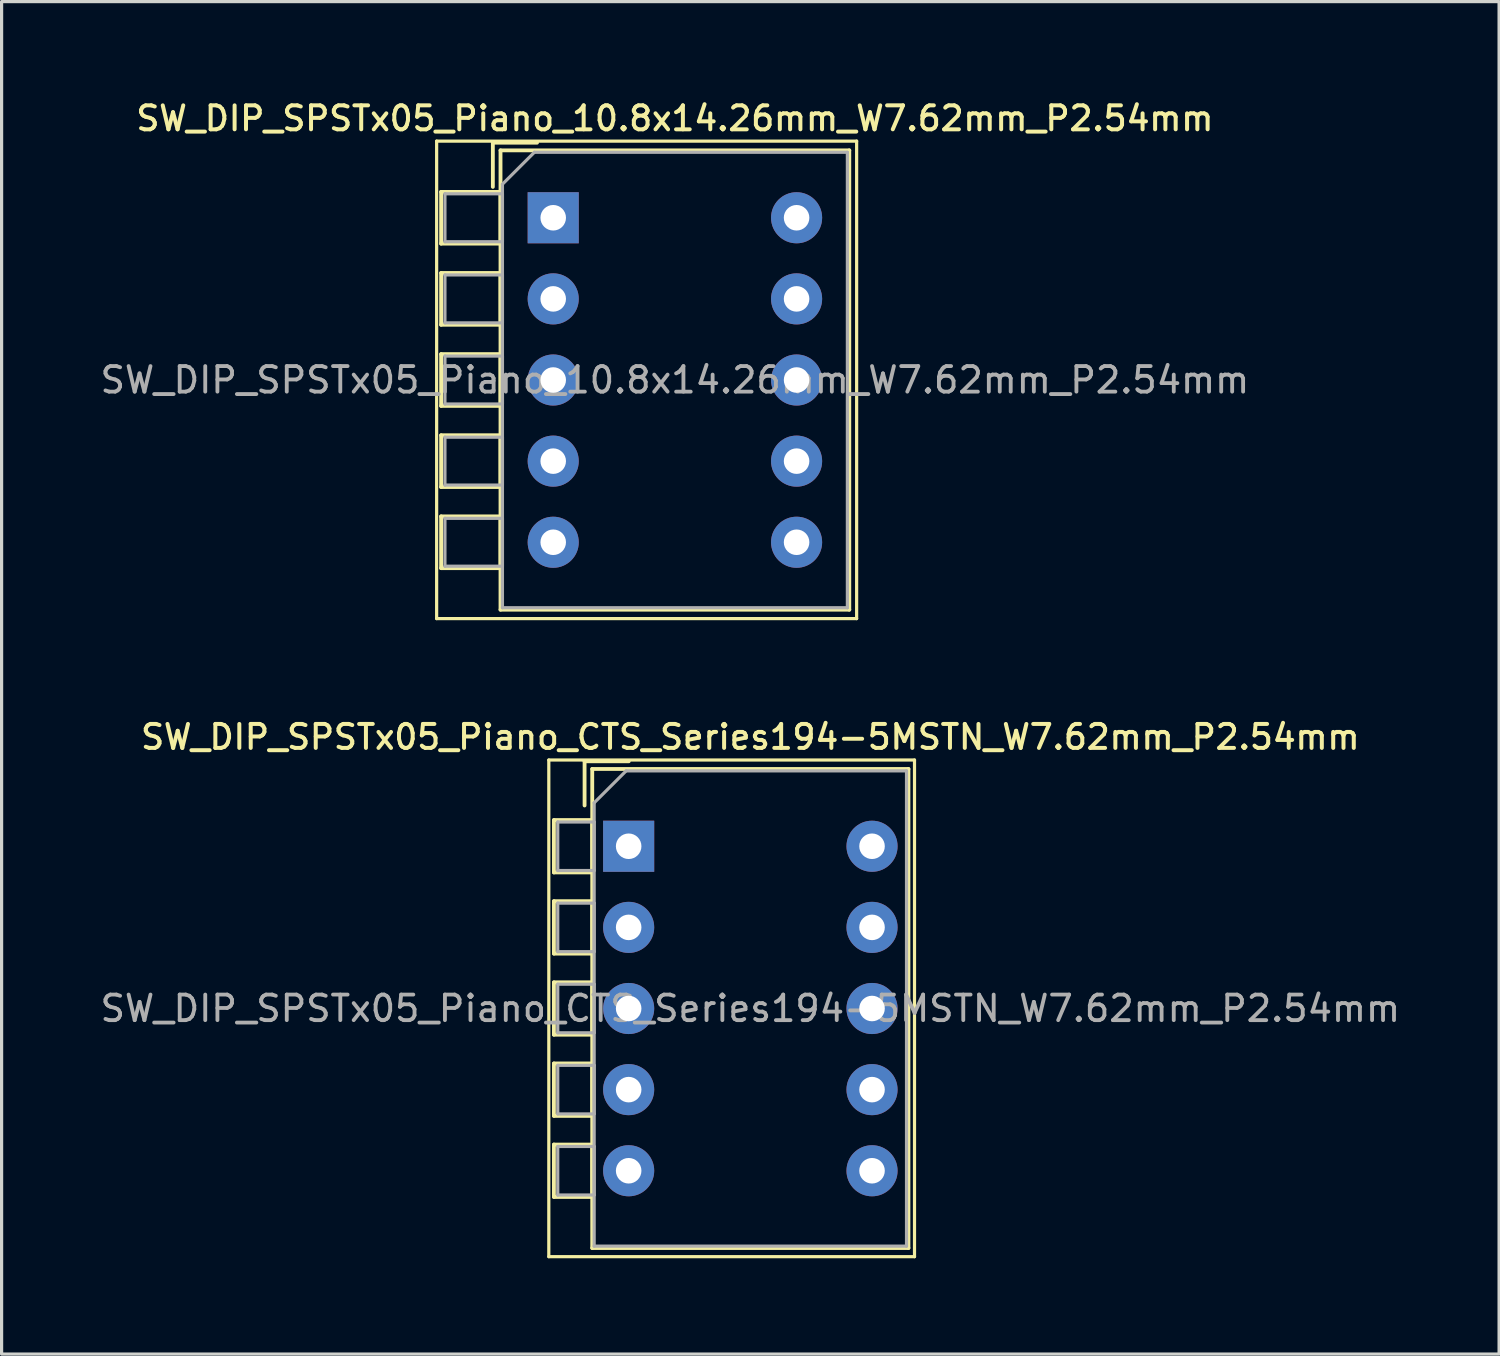
<source format=kicad_pcb>
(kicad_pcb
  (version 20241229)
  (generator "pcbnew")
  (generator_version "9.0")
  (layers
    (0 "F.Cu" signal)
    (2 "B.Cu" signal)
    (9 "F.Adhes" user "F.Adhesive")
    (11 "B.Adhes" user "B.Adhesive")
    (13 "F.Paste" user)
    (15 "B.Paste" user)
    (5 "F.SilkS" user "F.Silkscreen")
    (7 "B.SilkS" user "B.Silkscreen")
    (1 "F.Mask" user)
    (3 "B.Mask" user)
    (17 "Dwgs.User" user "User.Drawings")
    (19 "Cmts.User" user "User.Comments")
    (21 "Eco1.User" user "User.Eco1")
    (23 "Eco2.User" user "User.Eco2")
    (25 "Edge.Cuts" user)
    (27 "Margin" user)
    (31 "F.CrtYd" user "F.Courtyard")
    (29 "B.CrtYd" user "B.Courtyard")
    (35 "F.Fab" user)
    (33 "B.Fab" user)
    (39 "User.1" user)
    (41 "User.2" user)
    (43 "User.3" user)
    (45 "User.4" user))
  (footprint "SW_DIP_SPSTx05_Piano_10.8x14.26mm_W7.62mm_P2.54mm"
    (layer "F.Cu")
    (at 14.271 3.768)
    (property "Reference" "SW_DIP_SPSTx05_Piano_10.8x14.26mm_W7.62mm_P2.54mm" (at 3.81 -3.11 0) (layer "F.SilkS") (effects (font (size 0.75 0.75) (thickness 0.125))))
    (attr through_hole)
    (fp_line (start -3.65 -2.4) (end -3.65 12.55) (stroke (width 0.1) (type solid)) (layer "F.SilkS"))
    (fp_line (start -3.65 12.55) (end 9.5 12.55) (stroke (width 0.1) (type solid)) (layer "F.SilkS"))
    (fp_line (start -3.51 -0.81) (end -3.51 0.81) (stroke (width 0.12) (type solid)) (layer "F.SilkS"))
    (fp_line (start -3.51 -0.81) (end -1.65 -0.81) (stroke (width 0.12) (type solid)) (layer "F.SilkS"))
    (fp_line (start -3.51 0.81) (end -1.65 0.81) (stroke (width 0.12) (type solid)) (layer "F.SilkS"))
    (fp_line (start -3.51 1.73) (end -3.51 3.35) (stroke (width 0.12) (type solid)) (layer "F.SilkS"))
    (fp_line (start -3.51 1.73) (end -1.65 1.73) (stroke (width 0.12) (type solid)) (layer "F.SilkS"))
    (fp_line (start -3.51 3.35) (end -1.65 3.35) (stroke (width 0.12) (type solid)) (layer "F.SilkS"))
    (fp_line (start -3.51 4.27) (end -3.51 5.89) (stroke (width 0.12) (type solid)) (layer "F.SilkS"))
    (fp_line (start -3.51 4.27) (end -1.65 4.27) (stroke (width 0.12) (type solid)) (layer "F.SilkS"))
    (fp_line (start -3.51 5.89) (end -1.65 5.89) (stroke (width 0.12) (type solid)) (layer "F.SilkS"))
    (fp_line (start -3.51 6.81) (end -3.51 8.43) (stroke (width 0.12) (type solid)) (layer "F.SilkS"))
    (fp_line (start -3.51 6.81) (end -1.65 6.81) (stroke (width 0.12) (type solid)) (layer "F.SilkS"))
    (fp_line (start -3.51 8.43) (end -1.65 8.43) (stroke (width 0.12) (type solid)) (layer "F.SilkS"))
    (fp_line (start -3.51 9.35) (end -3.51 10.97) (stroke (width 0.12) (type solid)) (layer "F.SilkS"))
    (fp_line (start -3.51 9.35) (end -1.65 9.35) (stroke (width 0.12) (type solid)) (layer "F.SilkS"))
    (fp_line (start -3.51 10.97) (end -1.65 10.97) (stroke (width 0.12) (type solid)) (layer "F.SilkS"))
    (fp_line (start -1.89 -2.35) (end -1.89 -0.967) (stroke (width 0.12) (type solid)) (layer "F.SilkS"))
    (fp_line (start -1.89 -2.35) (end -0.507 -2.35) (stroke (width 0.12) (type solid)) (layer "F.SilkS"))
    (fp_line (start -1.65 -2.11) (end -1.65 12.271) (stroke (width 0.12) (type solid)) (layer "F.SilkS"))
    (fp_line (start -1.65 -2.11) (end 9.27 -2.11) (stroke (width 0.12) (type solid)) (layer "F.SilkS"))
    (fp_line (start -1.65 -0.81) (end -1.65 0.81) (stroke (width 0.12) (type solid)) (layer "F.SilkS"))
    (fp_line (start -1.65 1.73) (end -1.65 3.35) (stroke (width 0.12) (type solid)) (layer "F.SilkS"))
    (fp_line (start -1.65 4.27) (end -1.65 5.89) (stroke (width 0.12) (type solid)) (layer "F.SilkS"))
    (fp_line (start -1.65 6.81) (end -1.65 8.43) (stroke (width 0.12) (type solid)) (layer "F.SilkS"))
    (fp_line (start -1.65 9.35) (end -1.65 10.97) (stroke (width 0.12) (type solid)) (layer "F.SilkS"))
    (fp_line (start -1.65 12.271) (end 9.27 12.271) (stroke (width 0.12) (type solid)) (layer "F.SilkS"))
    (fp_line (start 9.27 -2.11) (end 9.27 12.271) (stroke (width 0.12) (type solid)) (layer "F.SilkS"))
    (fp_line (start 9.5 -2.4) (end -3.65 -2.4) (stroke (width 0.1) (type solid)) (layer "F.SilkS"))
    (fp_line (start 9.5 12.55) (end 9.5 -2.4) (stroke (width 0.1) (type solid)) (layer "F.SilkS"))
    (fp_line (start -3.39 -0.75) (end -1.59 -0.75) (stroke (width 0.1) (type solid)) (layer "F.Fab"))
    (fp_line (start -3.39 0.75) (end -3.39 -0.75) (stroke (width 0.1) (type solid)) (layer "F.Fab"))
    (fp_line (start -3.39 1.79) (end -1.59 1.79) (stroke (width 0.1) (type solid)) (layer "F.Fab"))
    (fp_line (start -3.39 3.29) (end -3.39 1.79) (stroke (width 0.1) (type solid)) (layer "F.Fab"))
    (fp_line (start -3.39 4.33) (end -1.59 4.33) (stroke (width 0.1) (type solid)) (layer "F.Fab"))
    (fp_line (start -3.39 5.83) (end -3.39 4.33) (stroke (width 0.1) (type solid)) (layer "F.Fab"))
    (fp_line (start -3.39 6.87) (end -1.59 6.87) (stroke (width 0.1) (type solid)) (layer "F.Fab"))
    (fp_line (start -3.39 8.37) (end -3.39 6.87) (stroke (width 0.1) (type solid)) (layer "F.Fab"))
    (fp_line (start -3.39 9.41) (end -1.59 9.41) (stroke (width 0.1) (type solid)) (layer "F.Fab"))
    (fp_line (start -3.39 10.91) (end -3.39 9.41) (stroke (width 0.1) (type solid)) (layer "F.Fab"))
    (fp_line (start -1.59 -1.05) (end -0.59 -2.05) (stroke (width 0.1) (type solid)) (layer "F.Fab"))
    (fp_line (start -1.59 -0.75) (end -1.59 0.75) (stroke (width 0.1) (type solid)) (layer "F.Fab"))
    (fp_line (start -1.59 0.75) (end -3.39 0.75) (stroke (width 0.1) (type solid)) (layer "F.Fab"))
    (fp_line (start -1.59 1.79) (end -1.59 3.29) (stroke (width 0.1) (type solid)) (layer "F.Fab"))
    (fp_line (start -1.59 3.29) (end -3.39 3.29) (stroke (width 0.1) (type solid)) (layer "F.Fab"))
    (fp_line (start -1.59 4.33) (end -1.59 5.83) (stroke (width 0.1) (type solid)) (layer "F.Fab"))
    (fp_line (start -1.59 5.83) (end -3.39 5.83) (stroke (width 0.1) (type solid)) (layer "F.Fab"))
    (fp_line (start -1.59 6.87) (end -1.59 8.37) (stroke (width 0.1) (type solid)) (layer "F.Fab"))
    (fp_line (start -1.59 8.37) (end -3.39 8.37) (stroke (width 0.1) (type solid)) (layer "F.Fab"))
    (fp_line (start -1.59 9.41) (end -1.59 10.91) (stroke (width 0.1) (type solid)) (layer "F.Fab"))
    (fp_line (start -1.59 10.91) (end -3.39 10.91) (stroke (width 0.1) (type solid)) (layer "F.Fab"))
    (fp_line (start -1.59 12.21) (end -1.59 -1.05) (stroke (width 0.1) (type solid)) (layer "F.Fab"))
    (fp_line (start -0.59 -2.05) (end 9.21 -2.05) (stroke (width 0.1) (type solid)) (layer "F.Fab"))
    (fp_line (start 9.21 -2.05) (end 9.21 12.21) (stroke (width 0.1) (type solid)) (layer "F.Fab"))
    (fp_line (start 9.21 12.21) (end -1.59 12.21) (stroke (width 0.1) (type solid)) (layer "F.Fab"))
    (fp_text user "${REFERENCE}" (at 3.81 5.08 0) (layer "F.Fab") (effects (font (size 0.8 0.8) (thickness 0.12))))
    (pad "1" thru_hole rect (at 0 0) (size 1.6 1.6) (drill 0.8) (layers "*.Cu" "*.Mask"))
    (pad "2" thru_hole oval (at 0 2.54) (size 1.6 1.6) (drill 0.8) (layers "*.Cu" "*.Mask"))
    (pad "3" thru_hole oval (at 0 5.08) (size 1.6 1.6) (drill 0.8) (layers "*.Cu" "*.Mask"))
    (pad "4" thru_hole oval (at 0 7.62) (size 1.6 1.6) (drill 0.8) (layers "*.Cu" "*.Mask"))
    (pad "5" thru_hole oval (at 0 10.16) (size 1.6 1.6) (drill 0.8) (layers "*.Cu" "*.Mask"))
    (pad "6" thru_hole oval (at 7.62 10.16) (size 1.6 1.6) (drill 0.8) (layers "*.Cu" "*.Mask"))
    (pad "7" thru_hole oval (at 7.62 7.62) (size 1.6 1.6) (drill 0.8) (layers "*.Cu" "*.Mask"))
    (pad "8" thru_hole oval (at 7.62 5.08) (size 1.6 1.6) (drill 0.8) (layers "*.Cu" "*.Mask"))
    (pad "9" thru_hole oval (at 7.62 2.54) (size 1.6 1.6) (drill 0.8) (layers "*.Cu" "*.Mask"))
    (pad "10" thru_hole oval (at 7.62 0) (size 1.6 1.6) (drill 0.8) (layers "*.Cu" "*.Mask")))
  (footprint "SW_DIP_SPSTx05_Piano_CTS_Series194-5MSTN_W7.62mm_P2.54mm"
    (layer "F.Cu")
    (at 16.633 23.446)
    (property "Reference" "SW_DIP_SPSTx05_Piano_CTS_Series194-5MSTN_W7.62mm_P2.54mm" (at 3.81 -3.42 0) (layer "F.SilkS") (effects (font (size 0.75 0.75) (thickness 0.125))))
    (attr through_hole)
    (fp_line (start -2.5 -2.7) (end -2.5 12.85) (stroke (width 0.1) (type solid)) (layer "F.SilkS"))
    (fp_line (start -2.5 12.85) (end 8.95 12.85) (stroke (width 0.1) (type solid)) (layer "F.SilkS"))
    (fp_line (start -2.34 -0.82) (end -2.34 0.82) (stroke (width 0.12) (type solid)) (layer "F.SilkS"))
    (fp_line (start -2.34 -0.82) (end -1.14 -0.82) (stroke (width 0.12) (type solid)) (layer "F.SilkS"))
    (fp_line (start -2.34 0.82) (end -1.14 0.82) (stroke (width 0.12) (type solid)) (layer "F.SilkS"))
    (fp_line (start -2.34 1.72) (end -2.34 3.361) (stroke (width 0.12) (type solid)) (layer "F.SilkS"))
    (fp_line (start -2.34 1.72) (end -1.14 1.72) (stroke (width 0.12) (type solid)) (layer "F.SilkS"))
    (fp_line (start -2.34 3.361) (end -1.14 3.361) (stroke (width 0.12) (type solid)) (layer "F.SilkS"))
    (fp_line (start -2.34 4.261) (end -2.34 5.9) (stroke (width 0.12) (type solid)) (layer "F.SilkS"))
    (fp_line (start -2.34 4.261) (end -1.14 4.261) (stroke (width 0.12) (type solid)) (layer "F.SilkS"))
    (fp_line (start -2.34 5.9) (end -1.14 5.9) (stroke (width 0.12) (type solid)) (layer "F.SilkS"))
    (fp_line (start -2.34 6.801) (end -2.34 8.441) (stroke (width 0.12) (type solid)) (layer "F.SilkS"))
    (fp_line (start -2.34 6.801) (end -1.14 6.801) (stroke (width 0.12) (type solid)) (layer "F.SilkS"))
    (fp_line (start -2.34 8.441) (end -1.14 8.441) (stroke (width 0.12) (type solid)) (layer "F.SilkS"))
    (fp_line (start -2.34 9.34) (end -2.34 10.98) (stroke (width 0.12) (type solid)) (layer "F.SilkS"))
    (fp_line (start -2.34 9.34) (end -1.14 9.34) (stroke (width 0.12) (type solid)) (layer "F.SilkS"))
    (fp_line (start -2.34 10.98) (end -1.14 10.98) (stroke (width 0.12) (type solid)) (layer "F.SilkS"))
    (fp_line (start -1.38 -2.66) (end -1.38 -1.277) (stroke (width 0.12) (type solid)) (layer "F.SilkS"))
    (fp_line (start -1.38 -2.66) (end 0.004 -2.66) (stroke (width 0.12) (type solid)) (layer "F.SilkS"))
    (fp_line (start -1.14 -2.42) (end -1.14 12.58) (stroke (width 0.12) (type solid)) (layer "F.SilkS"))
    (fp_line (start -1.14 -2.42) (end 8.76 -2.42) (stroke (width 0.12) (type solid)) (layer "F.SilkS"))
    (fp_line (start -1.14 -0.82) (end -1.14 0.82) (stroke (width 0.12) (type solid)) (layer "F.SilkS"))
    (fp_line (start -1.14 1.72) (end -1.14 3.361) (stroke (width 0.12) (type solid)) (layer "F.SilkS"))
    (fp_line (start -1.14 4.261) (end -1.14 5.9) (stroke (width 0.12) (type solid)) (layer "F.SilkS"))
    (fp_line (start -1.14 6.801) (end -1.14 8.441) (stroke (width 0.12) (type solid)) (layer "F.SilkS"))
    (fp_line (start -1.14 9.34) (end -1.14 10.98) (stroke (width 0.12) (type solid)) (layer "F.SilkS"))
    (fp_line (start -1.14 12.58) (end 8.76 12.58) (stroke (width 0.12) (type solid)) (layer "F.SilkS"))
    (fp_line (start 8.76 -2.42) (end 8.76 12.58) (stroke (width 0.12) (type solid)) (layer "F.SilkS"))
    (fp_line (start 8.95 -2.7) (end -2.5 -2.7) (stroke (width 0.1) (type solid)) (layer "F.SilkS"))
    (fp_line (start 8.95 12.85) (end 8.95 -2.7) (stroke (width 0.1) (type solid)) (layer "F.SilkS"))
    (fp_line (start -2.22 -0.76) (end -1.08 -0.76) (stroke (width 0.1) (type solid)) (layer "F.Fab"))
    (fp_line (start -2.22 0.76) (end -2.22 -0.76) (stroke (width 0.1) (type solid)) (layer "F.Fab"))
    (fp_line (start -2.22 1.78) (end -1.08 1.78) (stroke (width 0.1) (type solid)) (layer "F.Fab"))
    (fp_line (start -2.22 3.3) (end -2.22 1.78) (stroke (width 0.1) (type solid)) (layer "F.Fab"))
    (fp_line (start -2.22 4.32) (end -1.08 4.32) (stroke (width 0.1) (type solid)) (layer "F.Fab"))
    (fp_line (start -2.22 5.84) (end -2.22 4.32) (stroke (width 0.1) (type solid)) (layer "F.Fab"))
    (fp_line (start -2.22 6.86) (end -1.08 6.86) (stroke (width 0.1) (type solid)) (layer "F.Fab"))
    (fp_line (start -2.22 8.38) (end -2.22 6.86) (stroke (width 0.1) (type solid)) (layer "F.Fab"))
    (fp_line (start -2.22 9.4) (end -1.08 9.4) (stroke (width 0.1) (type solid)) (layer "F.Fab"))
    (fp_line (start -2.22 10.92) (end -2.22 9.4) (stroke (width 0.1) (type solid)) (layer "F.Fab"))
    (fp_line (start -1.08 -1.36) (end -0.08 -2.36) (stroke (width 0.1) (type solid)) (layer "F.Fab"))
    (fp_line (start -1.08 -0.76) (end -1.08 0.76) (stroke (width 0.1) (type solid)) (layer "F.Fab"))
    (fp_line (start -1.08 0.76) (end -2.22 0.76) (stroke (width 0.1) (type solid)) (layer "F.Fab"))
    (fp_line (start -1.08 1.78) (end -1.08 3.3) (stroke (width 0.1) (type solid)) (layer "F.Fab"))
    (fp_line (start -1.08 3.3) (end -2.22 3.3) (stroke (width 0.1) (type solid)) (layer "F.Fab"))
    (fp_line (start -1.08 4.32) (end -1.08 5.84) (stroke (width 0.1) (type solid)) (layer "F.Fab"))
    (fp_line (start -1.08 5.84) (end -2.22 5.84) (stroke (width 0.1) (type solid)) (layer "F.Fab"))
    (fp_line (start -1.08 6.86) (end -1.08 8.38) (stroke (width 0.1) (type solid)) (layer "F.Fab"))
    (fp_line (start -1.08 8.38) (end -2.22 8.38) (stroke (width 0.1) (type solid)) (layer "F.Fab"))
    (fp_line (start -1.08 9.4) (end -1.08 10.92) (stroke (width 0.1) (type solid)) (layer "F.Fab"))
    (fp_line (start -1.08 10.92) (end -2.22 10.92) (stroke (width 0.1) (type solid)) (layer "F.Fab"))
    (fp_line (start -1.08 12.52) (end -1.08 -1.36) (stroke (width 0.1) (type solid)) (layer "F.Fab"))
    (fp_line (start -0.08 -2.36) (end 8.7 -2.36) (stroke (width 0.1) (type solid)) (layer "F.Fab"))
    (fp_line (start 8.7 -2.36) (end 8.7 12.52) (stroke (width 0.1) (type solid)) (layer "F.Fab"))
    (fp_line (start 8.7 12.52) (end -1.08 12.52) (stroke (width 0.1) (type solid)) (layer "F.Fab"))
    (fp_text user "${REFERENCE}" (at 3.81 5.08 0) (layer "F.Fab") (effects (font (size 0.8 0.8) (thickness 0.12))))
    (pad "1" thru_hole rect (at 0 0) (size 1.6 1.6) (drill 0.8) (layers "*.Cu" "*.Mask"))
    (pad "2" thru_hole oval (at 0 2.54) (size 1.6 1.6) (drill 0.8) (layers "*.Cu" "*.Mask"))
    (pad "3" thru_hole oval (at 0 5.08) (size 1.6 1.6) (drill 0.8) (layers "*.Cu" "*.Mask"))
    (pad "4" thru_hole oval (at 0 7.62) (size 1.6 1.6) (drill 0.8) (layers "*.Cu" "*.Mask"))
    (pad "5" thru_hole oval (at 0 10.16) (size 1.6 1.6) (drill 0.8) (layers "*.Cu" "*.Mask"))
    (pad "6" thru_hole oval (at 7.62 10.16) (size 1.6 1.6) (drill 0.8) (layers "*.Cu" "*.Mask"))
    (pad "7" thru_hole oval (at 7.62 7.62) (size 1.6 1.6) (drill 0.8) (layers "*.Cu" "*.Mask"))
    (pad "8" thru_hole oval (at 7.62 5.08) (size 1.6 1.6) (drill 0.8) (layers "*.Cu" "*.Mask"))
    (pad "9" thru_hole oval (at 7.62 2.54) (size 1.6 1.6) (drill 0.8) (layers "*.Cu" "*.Mask"))
    (pad "10" thru_hole oval (at 7.62 0) (size 1.6 1.6) (drill 0.8) (layers "*.Cu" "*.Mask")))
  (gr_rect
    (start -3 -3)
    (end 43.886 39.346)
    (stroke (width 0.1) (type default))
    (fill no)
    (layer "Edge.Cuts")))
</source>
